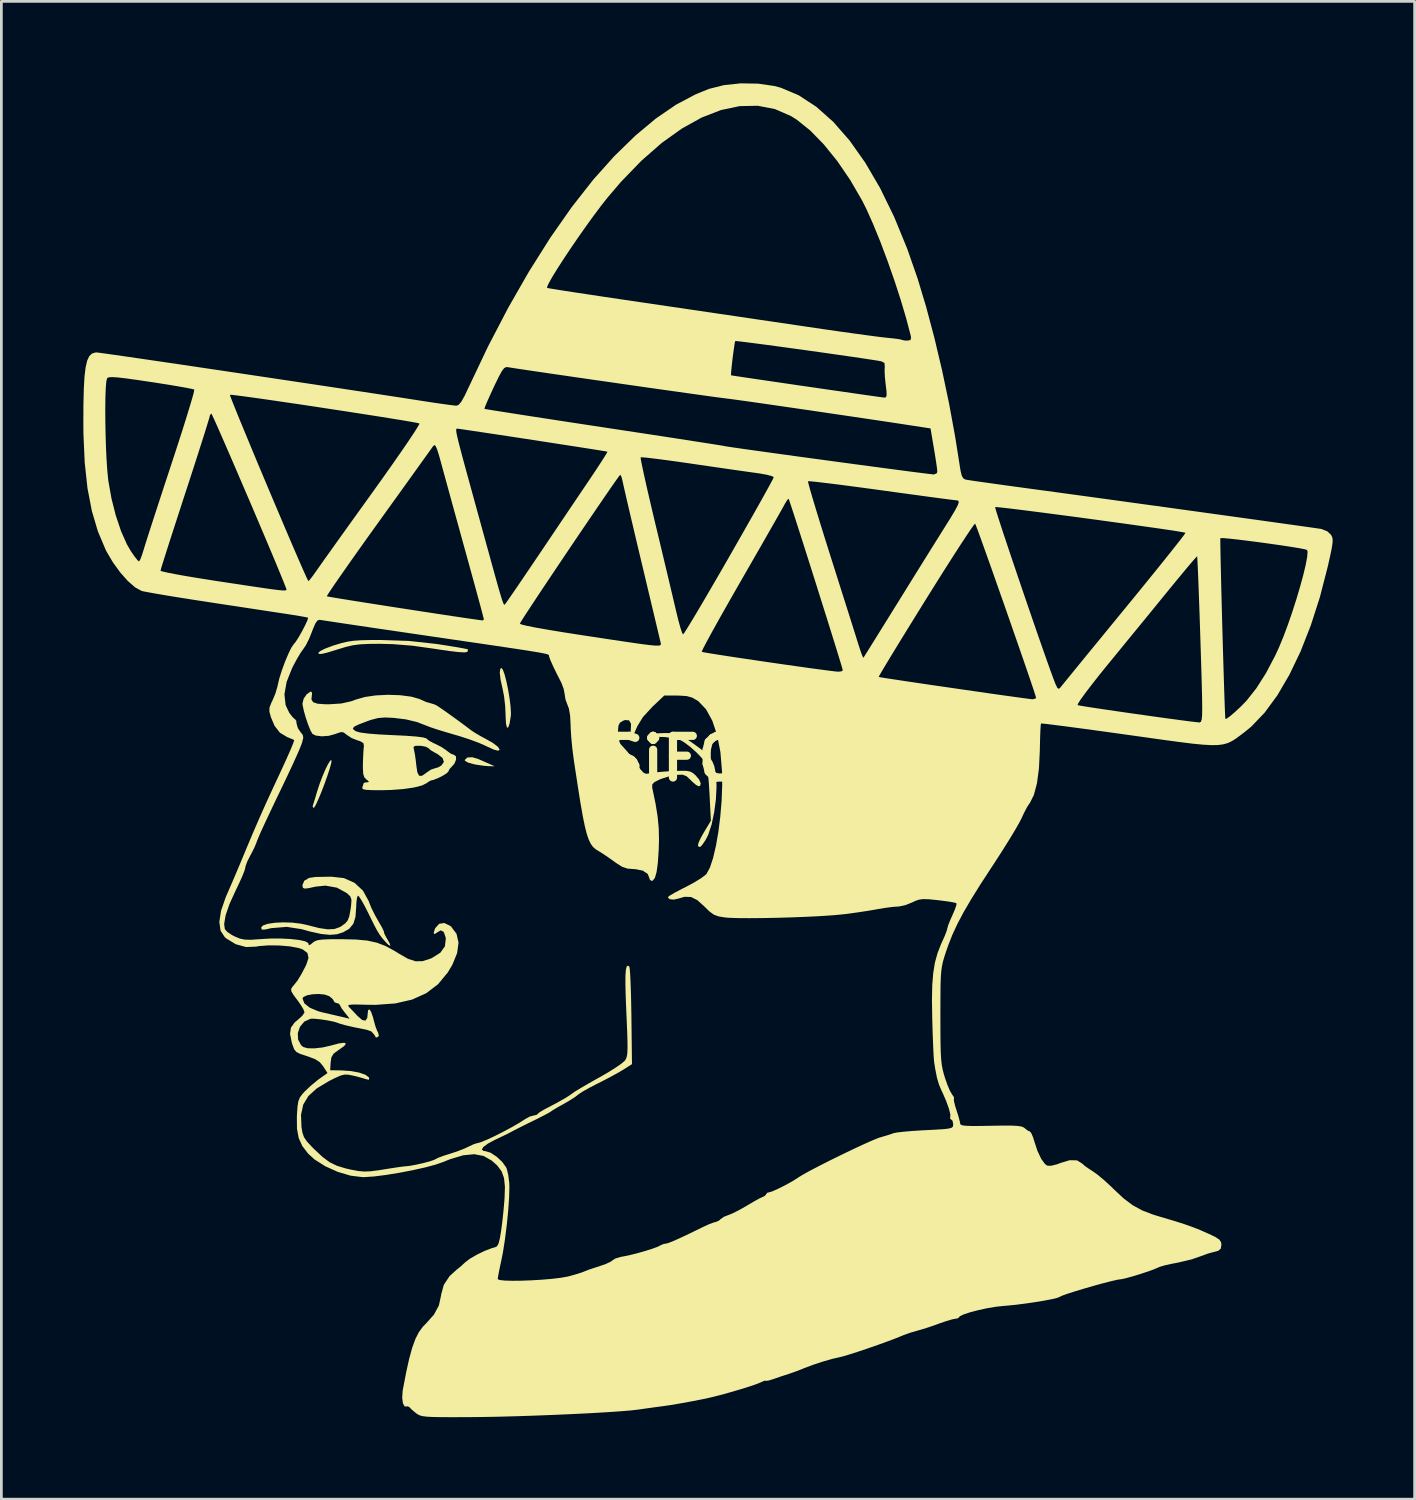
<source format=kicad_pcb>
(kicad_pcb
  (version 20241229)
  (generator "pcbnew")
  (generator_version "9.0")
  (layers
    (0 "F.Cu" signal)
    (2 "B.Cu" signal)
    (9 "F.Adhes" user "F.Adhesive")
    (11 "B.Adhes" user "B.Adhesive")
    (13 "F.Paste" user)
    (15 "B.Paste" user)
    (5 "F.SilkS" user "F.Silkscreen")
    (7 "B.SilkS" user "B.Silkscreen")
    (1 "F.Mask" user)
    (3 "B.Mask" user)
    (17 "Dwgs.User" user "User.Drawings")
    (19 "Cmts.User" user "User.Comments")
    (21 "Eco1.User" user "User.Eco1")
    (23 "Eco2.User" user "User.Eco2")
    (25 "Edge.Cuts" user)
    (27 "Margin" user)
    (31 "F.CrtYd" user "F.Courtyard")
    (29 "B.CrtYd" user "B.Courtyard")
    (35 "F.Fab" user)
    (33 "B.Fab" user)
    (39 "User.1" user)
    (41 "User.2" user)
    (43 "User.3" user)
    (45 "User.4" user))
  (footprint "SiFOCR"
    (layer "F.Cu")
    (at 23.1 24.712)
    (property "Reference" "SiFOCR" (at 0 0 0) (layer "F.SilkS") (effects (font (size 1.524 1.524) (thickness 0.3))))
    (attr board_only exclude_from_pos_files exclude_from_bom)
    (fp_poly (pts (xy -8.637 0.018) (xy -8.418 0.115) (xy -8.226 0.199) (xy -8.046 0.279) (xy -8.262 0.275) (xy -8.467 0.258) (xy -8.727 0.219) (xy -8.825 0.2) (xy -9.029 0.141) (xy -9.136 0.076) (xy -9.143 0.046) (xy -9.045 -0.044) (xy -8.86 -0.051)) (stroke (width 0) (type solid)) (fill yes) (layer "F.SilkS"))
    (fp_poly (pts (xy -14.017 0.06) (xy -14.028 0.16) (xy -14.082 0.357) (xy -14.167 0.618) (xy -14.272 0.913) (xy -14.385 1.209) (xy -14.495 1.475) (xy -14.589 1.68) (xy -14.655 1.792) (xy -14.672 1.804) (xy -14.71 1.752) (xy -14.702 1.714) (xy -14.664 1.598) (xy -14.602 1.395) (xy -14.552 1.222) (xy -14.46 0.938) (xy -14.353 0.654) (xy -14.244 0.397) (xy -14.143 0.194) (xy -14.064 0.071) (xy -14.019 0.056)) (stroke (width 0) (type solid)) (fill yes) (layer "F.SilkS"))
    (fp_poly (pts (xy -7.748 -3.253) (xy -7.684 -3.076) (xy -7.618 -2.82) (xy -7.555 -2.519) (xy -7.503 -2.204) (xy -7.467 -1.909) (xy -7.453 -1.666) (xy -7.458 -1.561) (xy -7.504 -1.279) (xy -7.554 -1.139) (xy -7.6 -1.141) (xy -7.634 -1.282) (xy -7.649 -1.563) (xy -7.649 -1.594) (xy -7.665 -1.936) (xy -7.706 -2.29) (xy -7.757 -2.55) (xy -7.833 -2.893) (xy -7.862 -3.146) (xy -7.842 -3.291) (xy -7.802 -3.319)) (stroke (width 0) (type solid)) (fill yes) (layer "F.SilkS"))
    (fp_poly (pts (xy -11.197 -4.309) (xy -10.184 -4.198) (xy -10.102 -4.186) (xy -9.731 -4.128) (xy -9.413 -4.076) (xy -9.175 -4.033) (xy -9.043 -4.004) (xy -9.025 -3.997) (xy -9.037 -3.929) (xy -9.061 -3.902) (xy -9.156 -3.889) (xy -9.373 -3.901) (xy -9.693 -3.938) (xy -10.097 -3.996) (xy -10.247 -4.02) (xy -11.052 -4.133) (xy -11.777 -4.191) (xy -12.267 -4.203) (xy -12.672 -4.199) (xy -12.979 -4.183) (xy -13.235 -4.15) (xy -13.488 -4.091) (xy -13.783 -4.002) (xy -13.837 -3.985) (xy -14.161 -3.885) (xy -14.368 -3.835) (xy -14.477 -3.832) (xy -14.504 -3.865) (xy -14.437 -3.935) (xy -14.252 -4.028) (xy -13.97 -4.133) (xy -13.909 -4.153) (xy -13.657 -4.229) (xy -13.434 -4.281) (xy -13.203 -4.315) (xy -12.929 -4.334) (xy -12.574 -4.342) (xy -12.231 -4.343)) (stroke (width 0) (type solid)) (fill yes) (layer "F.SilkS"))
    (fp_poly (pts (xy -1.568 -0.933) (xy -1.387 -0.907) (xy -1.222 -0.843) (xy -1.026 -0.724) (xy -0.826 -0.585) (xy -0.515 -0.36) (xy -0.303 -0.183) (xy -0.162 -0.029) (xy -0.069 0.129) (xy -0.01 0.281) (xy 0.054 0.607) (xy 0.071 1.023) (xy 0.047 1.49) (xy -0.016 1.965) (xy -0.11 2.409) (xy -0.232 2.78) (xy -0.332 2.977) (xy -0.455 3.158) (xy -0.529 3.233) (xy -0.579 3.222) (xy -0.609 3.183) (xy -0.594 3.093) (xy -0.517 2.92) (xy -0.395 2.7) (xy -0.392 2.696) (xy -0.137 2.273) (xy -0.186 1.299) (xy -0.209 0.929) (xy -0.236 0.604) (xy -0.266 0.355) (xy -0.295 0.212) (xy -0.3 0.199) (xy -0.433 0.014) (xy -0.643 -0.209) (xy -0.887 -0.428) (xy -1.12 -0.603) (xy -1.238 -0.671) (xy -1.506 -0.752) (xy -1.848 -0.792) (xy -1.945 -0.794) (xy -2.197 -0.804) (xy -2.331 -0.834) (xy -2.345 -0.866) (xy -2.255 -0.902) (xy -2.063 -0.928) (xy -1.814 -0.938)) (stroke (width 0) (type solid)) (fill yes) (layer "F.SilkS"))
    (fp_poly (pts (xy -13.567 4.37) (xy -13.177 4.543) (xy -12.869 4.829) (xy -12.656 5.216) (xy -12.636 5.276) (xy -12.552 5.48) (xy -12.421 5.74) (xy -12.306 5.943) (xy -12.188 6.148) (xy -12.113 6.295) (xy -12.098 6.35) (xy -12.087 6.404) (xy -12.016 6.539) (xy -11.978 6.603) (xy -11.882 6.778) (xy -11.871 6.849) (xy -11.941 6.809) (xy -12.033 6.716) (xy -12.155 6.577) (xy -12.253 6.447) (xy -12.349 6.293) (xy -12.46 6.083) (xy -12.607 5.785) (xy -12.661 5.675) (xy -12.803 5.394) (xy -12.926 5.175) (xy -13.016 5.04) (xy -13.055 5.011) (xy -13.088 5.098) (xy -13.11 5.281) (xy -13.116 5.428) (xy -13.142 5.791) (xy -13.222 6.046) (xy -13.371 6.225) (xy -13.59 6.352) (xy -13.82 6.426) (xy -14.08 6.447) (xy -14.398 6.415) (xy -14.802 6.326) (xy -15.115 6.239) (xy -15.657 6.155) (xy -16.233 6.203) (xy -16.434 6.25) (xy -16.564 6.257) (xy -16.597 6.187) (xy -16.53 6.105) (xy -16.351 6.044) (xy -16.09 6.005) (xy -15.778 5.99) (xy -15.444 6.001) (xy -15.12 6.041) (xy -14.896 6.091) (xy -14.476 6.198) (xy -14.158 6.245) (xy -13.914 6.234) (xy -13.716 6.164) (xy -13.64 6.118) (xy -13.508 6.019) (xy -13.424 5.916) (xy -13.369 5.769) (xy -13.326 5.539) (xy -13.302 5.369) (xy -13.288 5.166) (xy -13.334 5.037) (xy -13.459 4.919) (xy -13.824 4.72) (xy -14.241 4.646) (xy -14.6 4.682) (xy -14.853 4.738) (xy -14.997 4.755) (xy -15.063 4.729) (xy -15.081 4.657) (xy -15.081 4.621) (xy -15.016 4.468) (xy -14.841 4.364) (xy -14.596 4.328) (xy -14.404 4.326) (xy -14.146 4.321) (xy -14.025 4.319)) (stroke (width 0) (type solid)) (fill yes) (layer "F.SilkS"))
    (fp_poly (pts (xy -14.729 -2.396) (xy -14.739 -2.317) (xy -14.754 -2.164) (xy -14.69 -2.065) (xy -14.529 -2.011) (xy -14.252 -1.991) (xy -14.092 -1.991) (xy -13.66 -2.019) (xy -13.303 -2.099) (xy -13.133 -2.161) (xy -12.803 -2.256) (xy -12.395 -2.315) (xy -11.95 -2.337) (xy -11.509 -2.322) (xy -11.112 -2.271) (xy -10.801 -2.184) (xy -10.727 -2.149) (xy -10.548 -2.071) (xy -10.44 -2.042) (xy -10.258 -1.987) (xy -10.187 -1.955) (xy -10.078 -1.885) (xy -9.886 -1.753) (xy -9.644 -1.581) (xy -9.385 -1.394) (xy -9.142 -1.215) (xy -8.947 -1.068) (xy -8.912 -1.04) (xy -8.765 -0.943) (xy -8.549 -0.817) (xy -8.412 -0.744) (xy -8.114 -0.576) (xy -7.928 -0.433) (xy -7.865 -0.33) (xy -7.917 -0.29) (xy -8.077 -0.331) (xy -8.349 -0.454) (xy -8.396 -0.478) (xy -8.627 -0.579) (xy -8.948 -0.698) (xy -9.308 -0.816) (xy -9.525 -0.88) (xy -9.86 -0.978) (xy -10.165 -1.072) (xy -10.398 -1.15) (xy -10.499 -1.189) (xy -10.898 -1.342) (xy -11.295 -1.437) (xy -11.74 -1.492) (xy -12.063 -1.508) (xy -12.319 -1.486) (xy -12.584 -1.416) (xy -12.714 -1.37) (xy -13.007 -1.259) (xy -13.176 -1.178) (xy -13.237 -1.114) (xy -13.204 -1.053) (xy -13.123 -1.001) (xy -12.969 -0.957) (xy -12.681 -0.918) (xy -12.267 -0.886) (xy -11.773 -0.861) (xy -11.293 -0.838) (xy -10.921 -0.81) (xy -10.671 -0.778) (xy -10.551 -0.743) (xy -10.544 -0.736) (xy -10.45 -0.658) (xy -10.277 -0.565) (xy -10.219 -0.54) (xy -10 -0.429) (xy -9.816 -0.305) (xy -9.793 -0.285) (xy -9.651 -0.181) (xy -9.547 -0.144) (xy -9.468 -0.092) (xy -9.46 0.032) (xy -9.52 0.18) (xy -9.597 0.269) (xy -9.706 0.388) (xy -9.741 0.468) (xy -9.8 0.532) (xy -9.944 0.622) (xy -10.123 0.712) (xy -10.287 0.777) (xy -10.368 0.794) (xy -10.456 0.835) (xy -10.53 0.891) (xy -10.708 0.981) (xy -11.005 1.056) (xy -11.392 1.112) (xy -11.845 1.146) (xy -12.215 1.155) (xy -12.543 1.152) (xy -12.75 1.141) (xy -12.86 1.119) (xy -12.895 1.08) (xy -12.888 1.04) (xy -12.85 0.925) (xy -12.844 0.896) (xy -12.785 0.87) (xy -12.722 0.866) (xy -12.647 0.855) (xy -12.687 0.804) (xy -12.74 0.763) (xy -12.817 0.684) (xy -12.858 0.56) (xy -12.871 0.355) (xy -12.87 0.168) (xy -12.86 -0.104) (xy -12.847 -0.333) (xy -12.837 -0.428) (xy -11.019 -0.428) (xy -11.003 -0.331) (xy -10.97 -0.176) (xy -10.936 0.06) (xy -10.917 0.235) (xy -10.879 0.496) (xy -10.815 0.624) (xy -10.712 0.629) (xy -10.554 0.521) (xy -10.535 0.505) (xy -10.379 0.4) (xy -10.254 0.359) (xy -10.108 0.315) (xy -9.996 0.248) (xy -9.906 0.118) (xy -9.955 -0.024) (xy -10.136 -0.167) (xy -10.217 -0.21) (xy -10.379 -0.303) (xy -10.476 -0.387) (xy -10.477 -0.387) (xy -10.576 -0.44) (xy -10.755 -0.471) (xy -10.789 -0.472) (xy -10.959 -0.469) (xy -11.019 -0.428) (xy -12.837 -0.428) (xy -12.833 -0.463) (xy -12.852 -0.569) (xy -12.974 -0.641) (xy -13.061 -0.667) (xy -13.279 -0.753) (xy -13.459 -0.869) (xy -13.464 -0.873) (xy -13.572 -0.959) (xy -13.676 -0.973) (xy -13.835 -0.92) (xy -13.881 -0.901) (xy -14.121 -0.836) (xy -14.379 -0.818) (xy -14.6 -0.847) (xy -14.717 -0.908) (xy -14.787 -1.029) (xy -14.873 -1.242) (xy -14.961 -1.5) (xy -15.033 -1.756) (xy -15.076 -1.961) (xy -15.081 -2.025) (xy -15.036 -2.198) (xy -14.926 -2.357) (xy -14.796 -2.448) (xy -14.76 -2.453)) (stroke (width 0) (type solid)) (fill yes) (layer "F.SilkS"))
    (fp_poly (pts (xy 1.592 -24.701) (xy 2.185 -24.615) (xy 2.42 -24.553) (xy 3.078 -24.275) (xy 3.718 -23.857) (xy 4.34 -23.305) (xy 4.938 -22.621) (xy 5.511 -21.811) (xy 6.056 -20.879) (xy 6.568 -19.829) (xy 7.046 -18.665) (xy 7.429 -17.567) (xy 7.738 -16.542) (xy 8.039 -15.412) (xy 8.323 -14.214) (xy 8.581 -12.988) (xy 8.804 -11.773) (xy 8.951 -10.841) (xy 8.998 -10.543) (xy 9.043 -10.359) (xy 9.097 -10.26) (xy 9.171 -10.216) (xy 9.191 -10.211) (xy 9.299 -10.193) (xy 9.531 -10.158) (xy 9.869 -10.11) (xy 10.292 -10.051) (xy 10.781 -9.983) (xy 11.318 -9.91) (xy 11.509 -9.884) (xy 12.057 -9.81) (xy 12.682 -9.725) (xy 13.37 -9.631) (xy 14.109 -9.53) (xy 14.885 -9.423) (xy 15.684 -9.313) (xy 16.494 -9.202) (xy 17.3 -9.09) (xy 18.089 -8.981) (xy 18.847 -8.876) (xy 19.562 -8.777) (xy 20.22 -8.685) (xy 20.807 -8.603) (xy 21.31 -8.533) (xy 21.715 -8.476) (xy 22.009 -8.434) (xy 22.179 -8.409) (xy 22.208 -8.404) (xy 22.422 -8.318) (xy 22.554 -8.194) (xy 22.596 -8.116) (xy 22.616 -8.024) (xy 22.612 -7.892) (xy 22.582 -7.694) (xy 22.522 -7.406) (xy 22.436 -7.025) (xy 22.15 -5.915) (xy 21.817 -4.879) (xy 21.443 -3.926) (xy 21.032 -3.069) (xy 20.592 -2.317) (xy 20.127 -1.683) (xy 19.642 -1.176) (xy 19.415 -0.989) (xy 19.232 -0.85) (xy 19.075 -0.734) (xy 18.929 -0.642) (xy 18.781 -0.572) (xy 18.615 -0.525) (xy 18.418 -0.499) (xy 18.174 -0.495) (xy 17.87 -0.512) (xy 17.492 -0.549) (xy 17.024 -0.607) (xy 16.453 -0.684) (xy 15.764 -0.781) (xy 15.156 -0.866) (xy 14.496 -0.958) (xy 13.88 -1.043) (xy 13.324 -1.118) (xy 12.843 -1.182) (xy 12.449 -1.232) (xy 12.159 -1.268) (xy 11.986 -1.286) (xy 11.943 -1.287) (xy 11.932 -1.209) (xy 11.92 -1.014) (xy 11.91 -0.729) (xy 11.902 -0.382) (xy 11.9 -0.287) (xy 11.868 0.364) (xy 11.795 0.906) (xy 11.683 1.329) (xy 11.535 1.623) (xy 11.506 1.66) (xy 11.428 1.782) (xy 11.321 1.988) (xy 11.233 2.178) (xy 11.139 2.36) (xy 10.979 2.638) (xy 10.768 2.986) (xy 10.52 3.381) (xy 10.251 3.799) (xy 10.154 3.946) (xy 9.733 4.591) (xy 9.389 5.143) (xy 9.109 5.622) (xy 8.883 6.05) (xy 8.699 6.448) (xy 8.546 6.837) (xy 8.465 7.072) (xy 8.401 7.269) (xy 8.352 7.44) (xy 8.317 7.609) (xy 8.292 7.799) (xy 8.276 8.033) (xy 8.267 8.334) (xy 8.264 8.726) (xy 8.262 9.232) (xy 8.262 9.417) (xy 8.263 9.971) (xy 8.267 10.405) (xy 8.275 10.739) (xy 8.29 10.997) (xy 8.313 11.203) (xy 8.345 11.377) (xy 8.388 11.544) (xy 8.425 11.667) (xy 8.518 11.934) (xy 8.612 12.154) (xy 8.687 12.284) (xy 8.692 12.29) (xy 8.76 12.391) (xy 8.757 12.434) (xy 8.756 12.519) (xy 8.798 12.695) (xy 8.849 12.858) (xy 8.923 13.089) (xy 8.972 13.276) (xy 8.984 13.349) (xy 9.003 13.391) (xy 9.071 13.419) (xy 9.208 13.435) (xy 9.434 13.442) (xy 9.769 13.44) (xy 10.111 13.434) (xy 10.55 13.427) (xy 10.868 13.428) (xy 11.086 13.439) (xy 11.227 13.461) (xy 11.314 13.496) (xy 11.349 13.524) (xy 11.468 13.616) (xy 11.531 13.638) (xy 11.587 13.701) (xy 11.656 13.863) (xy 11.692 13.981) (xy 11.812 14.349) (xy 11.95 14.642) (xy 12.09 14.835) (xy 12.184 14.897) (xy 12.326 14.895) (xy 12.537 14.841) (xy 12.66 14.794) (xy 12.991 14.694) (xy 13.258 14.699) (xy 13.443 14.81) (xy 13.447 14.814) (xy 13.558 14.911) (xy 13.739 15.036) (xy 13.818 15.085) (xy 14.001 15.214) (xy 14.241 15.413) (xy 14.497 15.647) (xy 14.595 15.743) (xy 14.959 16.085) (xy 15.29 16.336) (xy 15.637 16.527) (xy 16.049 16.685) (xy 16.336 16.773) (xy 16.807 16.912) (xy 17.177 17.029) (xy 17.487 17.138) (xy 17.776 17.253) (xy 18.075 17.385) (xy 18.325 17.505) (xy 18.468 17.599) (xy 18.532 17.69) (xy 18.545 17.785) (xy 18.523 17.927) (xy 18.431 18.009) (xy 18.234 18.062) (xy 18.22 18.064) (xy 18.05 18.111) (xy 17.859 18.182) (xy 17.46 18.321) (xy 16.958 18.441) (xy 16.75 18.48) (xy 16.503 18.533) (xy 16.299 18.592) (xy 16.223 18.624) (xy 16.074 18.688) (xy 15.84 18.772) (xy 15.562 18.863) (xy 15.282 18.948) (xy 15.043 19.014) (xy 14.885 19.048) (xy 14.861 19.05) (xy 14.732 19.069) (xy 14.504 19.122) (xy 14.207 19.198) (xy 13.871 19.291) (xy 13.524 19.391) (xy 13.197 19.49) (xy 12.919 19.578) (xy 12.72 19.649) (xy 12.629 19.693) (xy 12.628 19.694) (xy 12.539 19.731) (xy 12.337 19.78) (xy 12.051 19.834) (xy 11.711 19.89) (xy 11.347 19.943) (xy 10.988 19.988) (xy 10.664 20.019) (xy 10.571 20.026) (xy 10.287 20.057) (xy 9.968 20.111) (xy 9.646 20.181) (xy 9.353 20.257) (xy 9.119 20.334) (xy 8.977 20.402) (xy 8.948 20.438) (xy 8.888 20.485) (xy 8.821 20.493) (xy 8.694 20.517) (xy 8.477 20.581) (xy 8.216 20.671) (xy 8.19 20.681) (xy 7.894 20.786) (xy 7.608 20.878) (xy 7.399 20.937) (xy 7.149 21.009) (xy 6.917 21.093) (xy 6.894 21.103) (xy 6.66 21.199) (xy 6.343 21.319) (xy 5.978 21.451) (xy 5.595 21.584) (xy 5.229 21.707) (xy 4.91 21.809) (xy 4.671 21.879) (xy 4.57 21.903) (xy 4.308 21.963) (xy 3.969 22.06) (xy 3.612 22.178) (xy 3.292 22.297) (xy 3.211 22.331) (xy 2.994 22.416) (xy 2.743 22.504) (xy 2.706 22.516) (xy 2.439 22.603) (xy 2.172 22.695) (xy 2.147 22.704) (xy 1.978 22.756) (xy 1.883 22.769) (xy 1.876 22.763) (xy 1.823 22.763) (xy 1.722 22.808) (xy 1.562 22.875) (xy 1.296 22.967) (xy 0.959 23.073) (xy 0.585 23.183) (xy 0.208 23.287) (xy -0.137 23.373) (xy -0.18 23.384) (xy -0.485 23.449) (xy -0.864 23.522) (xy -1.265 23.595) (xy -1.635 23.657) (xy -1.924 23.699) (xy -1.955 23.703) (xy -2.197 23.735) (xy -2.508 23.778) (xy -2.778 23.817) (xy -3.053 23.849) (xy -3.451 23.882) (xy -3.951 23.916) (xy -4.532 23.95) (xy -5.173 23.982) (xy -5.852 24.012) (xy -6.55 24.039) (xy -7.244 24.062) (xy -7.913 24.08) (xy -8.537 24.091) (xy -9.064 24.096) (xy -9.598 24.097) (xy -10.006 24.096) (xy -10.31 24.09) (xy -10.528 24.079) (xy -10.68 24.06) (xy -10.785 24.033) (xy -10.864 23.994) (xy -10.936 23.944) (xy -10.94 23.94) (xy -11.084 23.819) (xy -11.168 23.732) (xy -11.173 23.723) (xy -11.242 23.698) (xy -11.259 23.706) (xy -11.347 23.701) (xy -11.407 23.583) (xy -11.432 23.383) (xy -11.415 23.13) (xy -11.406 23.075) (xy -11.285 22.447) (xy -11.173 21.944) (xy -11.063 21.546) (xy -10.949 21.234) (xy -10.824 20.989) (xy -10.681 20.793) (xy -10.566 20.674) (xy -10.27 20.344) (xy -10.091 20.012) (xy -10.008 19.636) (xy -10.005 19.601) (xy -9.91 19.256) (xy -9.696 18.932) (xy -9.44 18.701) (xy -9.29 18.581) (xy -9.13 18.432) (xy -8.954 18.298) (xy -8.696 18.149) (xy -8.41 18.01) (xy -8.15 17.911) (xy -8.046 17.884) (xy -7.966 17.847) (xy -7.908 17.749) (xy -7.86 17.561) (xy -7.818 17.317) (xy -7.773 16.984) (xy -7.729 16.581) (xy -7.694 16.183) (xy -7.687 16.091) (xy -7.673 15.666) (xy -7.706 15.347) (xy -7.797 15.097) (xy -7.958 14.884) (xy -8.155 14.709) (xy -8.451 14.539) (xy -8.794 14.474) (xy -9.198 14.513) (xy -9.679 14.657) (xy -9.922 14.755) (xy -10.206 14.854) (xy -10.597 14.959) (xy -11.055 15.061) (xy -11.544 15.155) (xy -12.025 15.233) (xy -12.46 15.288) (xy -12.812 15.312) (xy -12.88 15.313) (xy -13.318 15.26) (xy -13.789 15.121) (xy -14.245 14.916) (xy -14.64 14.666) (xy -14.874 14.453) (xy -15.088 14.174) (xy -15.22 13.882) (xy -15.283 13.538) (xy -15.287 13.103) (xy -15.284 13.034) (xy -15.264 12.736) (xy -15.233 12.538) (xy -15.176 12.396) (xy -15.08 12.267) (xy -15.005 12.185) (xy -14.781 11.972) (xy -14.529 11.764) (xy -14.461 11.714) (xy -14.166 11.505) (xy -14.319 11.264) (xy -14.446 11.108) (xy -14.62 10.995) (xy -14.888 10.894) (xy -14.919 10.885) (xy -15.161 10.806) (xy -15.304 10.733) (xy -15.387 10.631) (xy -15.449 10.464) (xy -15.473 10.386) (xy -15.536 10.075) (xy -15.504 9.843) (xy -15.364 9.649) (xy -15.233 9.541) (xy -15.088 9.41) (xy -15.012 9.295) (xy -15.009 9.276) (xy -15.05 9.167) (xy -15.157 8.99) (xy -15.262 8.844) (xy -15.311 8.779) (xy -15.081 8.779) (xy -15.012 8.954) (xy -14.816 9.112) (xy -14.511 9.241) (xy -14.347 9.285) (xy -13.898 9.389) (xy -13.582 9.462) (xy -13.403 9.506) (xy -13.361 9.517) (xy -13.387 9.474) (xy -13.48 9.356) (xy -13.523 9.303) (xy -13.642 9.147) (xy -13.706 9.032) (xy -13.71 9.014) (xy -13.769 8.955) (xy -13.818 8.948) (xy -13.915 8.91) (xy -13.927 8.877) (xy -13.981 8.791) (xy -14.103 8.691) (xy -14.265 8.633) (xy -14.485 8.611) (xy -14.719 8.622) (xy -14.923 8.662) (xy -15.055 8.727) (xy -15.081 8.779) (xy -15.311 8.779) (xy -15.415 8.639) (xy -15.49 8.51) (xy -15.495 8.421) (xy -15.438 8.335) (xy -15.394 8.285) (xy -15.265 8.121) (xy -15.128 7.898) (xy -14.962 7.581) (xy -14.945 7.547) (xy -14.861 7.295) (xy -14.9 7.111) (xy -15.07 6.982) (xy -15.23 6.926) (xy -15.547 6.868) (xy -15.934 6.836) (xy -16.328 6.832) (xy -16.669 6.858) (xy -16.78 6.878) (xy -17.146 6.893) (xy -17.523 6.79) (xy -17.866 6.581) (xy -17.925 6.531) (xy -18.079 6.296) (xy -18.113 6.054) (xy -17.948 6.054) (xy -17.922 6.24) (xy -17.833 6.339) (xy -17.66 6.455) (xy -17.559 6.507) (xy -17.375 6.583) (xy -17.198 6.621) (xy -16.98 6.628) (xy -16.671 6.607) (xy -16.657 6.606) (xy -16.263 6.583) (xy -15.872 6.582) (xy -15.512 6.6) (xy -15.208 6.634) (xy -14.987 6.682) (xy -14.874 6.743) (xy -14.865 6.767) (xy -14.847 6.829) (xy -14.774 6.793) (xy -14.713 6.74) (xy -14.632 6.682) (xy -14.524 6.643) (xy -14.361 6.62) (xy -14.117 6.608) (xy -13.762 6.605) (xy -13.648 6.606) (xy -13.127 6.618) (xy -12.711 6.657) (xy -12.362 6.733) (xy -12.042 6.855) (xy -11.713 7.033) (xy -11.55 7.135) (xy -11.22 7.324) (xy -10.946 7.414) (xy -10.687 7.41) (xy -10.399 7.318) (xy -10.342 7.293) (xy -10.037 7.101) (xy -9.869 6.866) (xy -9.837 6.585) (xy -9.845 6.531) (xy -9.914 6.338) (xy -10.021 6.282) (xy -10.159 6.363) (xy -10.252 6.424) (xy -10.28 6.372) (xy -10.235 6.228) (xy -10.223 6.203) (xy -10.082 6.044) (xy -9.894 6.014) (xy -9.68 6.115) (xy -9.641 6.148) (xy -9.444 6.409) (xy -9.371 6.734) (xy -9.422 7.113) (xy -9.595 7.539) (xy -9.764 7.823) (xy -10.119 8.253) (xy -10.551 8.582) (xy -11.07 8.816) (xy -11.685 8.957) (xy -12.405 9.009) (xy -12.71 9.006) (xy -13.049 8.998) (xy -13.265 8.998) (xy -13.378 9.011) (xy -13.409 9.039) (xy -13.381 9.085) (xy -13.362 9.105) (xy -13.227 9.244) (xy -13.071 9.411) (xy -13.071 9.411) (xy -12.897 9.563) (xy -12.774 9.586) (xy -12.709 9.481) (xy -12.7 9.381) (xy -12.682 9.211) (xy -12.636 9.172) (xy -12.573 9.257) (xy -12.503 9.456) (xy -12.481 9.543) (xy -12.418 9.775) (xy -12.352 9.954) (xy -12.318 10.015) (xy -12.286 10.133) (xy -12.321 10.185) (xy -12.395 10.205) (xy -12.444 10.115) (xy -12.556 9.984) (xy -12.721 9.923) (xy -13.196 9.827) (xy -13.533 9.75) (xy -13.738 9.69) (xy -13.785 9.67) (xy -13.929 9.626) (xy -14.157 9.579) (xy -14.414 9.54) (xy -14.643 9.517) (xy -14.787 9.518) (xy -15.014 9.621) (xy -15.172 9.809) (xy -15.252 10.041) (xy -15.242 10.279) (xy -15.133 10.484) (xy -15.052 10.552) (xy -14.893 10.597) (xy -14.642 10.601) (xy -14.345 10.568) (xy -14.047 10.5) (xy -14.042 10.498) (xy -13.736 10.418) (xy -13.552 10.396) (xy -13.491 10.431) (xy -13.559 10.519) (xy -13.758 10.66) (xy -13.766 10.665) (xy -13.943 10.795) (xy -14.025 10.933) (xy -14.051 11.116) (xy -14.068 11.401) (xy -13.654 11.407) (xy -13.313 11.431) (xy -13.011 11.487) (xy -12.779 11.567) (xy -12.652 11.662) (xy -12.642 11.684) (xy -12.649 11.751) (xy -12.744 11.732) (xy -12.895 11.685) (xy -13.118 11.625) (xy -13.225 11.6) (xy -13.401 11.564) (xy -13.543 11.561) (xy -13.692 11.598) (xy -13.893 11.687) (xy -14.115 11.8) (xy -14.557 12.065) (xy -14.866 12.346) (xy -15.055 12.662) (xy -15.135 13.034) (xy -15.118 13.477) (xy -15.083 13.688) (xy -15.026 13.85) (xy -14.92 14.007) (xy -14.742 14.2) (xy -14.647 14.294) (xy -14.349 14.573) (xy -14.091 14.765) (xy -13.825 14.896) (xy -13.503 14.994) (xy -13.293 15.042) (xy -13.034 15.09) (xy -12.815 15.109) (xy -12.583 15.099) (xy -12.285 15.06) (xy -12.117 15.033) (xy -11.81 14.984) (xy -11.55 14.945) (xy -11.375 14.922) (xy -11.329 14.919) (xy -11.159 14.901) (xy -10.92 14.857) (xy -10.66 14.799) (xy -10.426 14.737) (xy -10.264 14.682) (xy -10.225 14.661) (xy -10.113 14.604) (xy -9.909 14.528) (xy -9.705 14.465) (xy -9.424 14.373) (xy -9.158 14.27) (xy -9.021 14.205) (xy -8.839 14.119) (xy -8.706 14.073) (xy -8.687 14.071) (xy -8.559 14.037) (xy -8.337 13.946) (xy -8.053 13.814) (xy -7.74 13.656) (xy -7.426 13.488) (xy -7.146 13.327) (xy -6.929 13.187) (xy -6.761 13.095) (xy -6.629 13.061) (xy -6.51 13.033) (xy -6.482 13.007) (xy -6.408 12.942) (xy -6.253 12.848) (xy -6.206 12.823) (xy -5.765 12.591) (xy -5.449 12.412) (xy -5.251 12.283) (xy -5.212 12.252) (xy -5.104 12.178) (xy -4.897 12.052) (xy -4.619 11.89) (xy -4.3 11.71) (xy -4.25 11.683) (xy -3.926 11.497) (xy -3.639 11.318) (xy -3.419 11.167) (xy -3.294 11.061) (xy -3.286 11.052) (xy -3.244 10.987) (xy -3.214 10.906) (xy -3.195 10.79) (xy -3.187 10.618) (xy -3.188 10.371) (xy -3.198 10.029) (xy -3.217 9.574) (xy -3.23 9.283) (xy -3.253 8.706) (xy -3.264 8.261) (xy -3.263 7.937) (xy -3.247 7.722) (xy -3.217 7.605) (xy -3.172 7.574) (xy -3.122 7.605) (xy -3.106 7.69) (xy -3.09 7.899) (xy -3.075 8.211) (xy -3.061 8.606) (xy -3.051 9.064) (xy -3.045 9.419) (xy -3.024 11.178) (xy -3.334 11.376) (xy -3.542 11.499) (xy -3.83 11.656) (xy -4.147 11.821) (xy -4.266 11.88) (xy -4.549 12.026) (xy -4.791 12.16) (xy -4.956 12.264) (xy -5 12.298) (xy -5.12 12.39) (xy -5.322 12.518) (xy -5.532 12.639) (xy -5.752 12.762) (xy -5.917 12.86) (xy -5.989 12.91) (xy -6.066 12.958) (xy -6.243 13.053) (xy -6.49 13.179) (xy -6.675 13.27) (xy -6.963 13.411) (xy -7.209 13.535) (xy -7.38 13.623) (xy -7.432 13.651) (xy -7.549 13.713) (xy -7.754 13.813) (xy -8.005 13.933) (xy -8.028 13.943) (xy -8.293 14.084) (xy -8.46 14.207) (xy -8.519 14.301) (xy -8.461 14.354) (xy -8.388 14.362) (xy -8.198 14.42) (xy -7.978 14.564) (xy -7.773 14.755) (xy -7.629 14.956) (xy -7.606 15.009) (xy -7.552 15.234) (xy -7.516 15.516) (xy -7.51 15.65) (xy -7.519 16.041) (xy -7.552 16.526) (xy -7.605 17.055) (xy -7.671 17.583) (xy -7.745 18.059) (xy -7.8 18.337) (xy -7.862 18.626) (xy -7.909 18.865) (xy -7.935 19.016) (xy -7.938 19.043) (xy -7.87 19.077) (xy -7.686 19.098) (xy -7.412 19.106) (xy -7.075 19.103) (xy -6.702 19.089) (xy -6.319 19.066) (xy -5.953 19.035) (xy -5.632 18.997) (xy -5.382 18.952) (xy -5.344 18.943) (xy -5.089 18.873) (xy -4.879 18.807) (xy -4.773 18.767) (xy -4.643 18.714) (xy -4.426 18.64) (xy -4.221 18.575) (xy -3.985 18.492) (xy -3.807 18.41) (xy -3.734 18.356) (xy -3.634 18.292) (xy -3.448 18.235) (xy -3.373 18.221) (xy -3.14 18.175) (xy -2.854 18.104) (xy -2.557 18.021) (xy -2.287 17.936) (xy -2.083 17.861) (xy -1.988 17.812) (xy -1.858 17.756) (xy -1.809 17.751) (xy -1.716 17.731) (xy -1.547 17.667) (xy -1.291 17.554) (xy -0.933 17.385) (xy -0.462 17.156) (xy -0.408 17.129) (xy -0.195 17.032) (xy -0.027 16.97) (xy 0.034 16.957) (xy 0.156 16.907) (xy 0.211 16.856) (xy 0.342 16.763) (xy 0.49 16.706) (xy 0.642 16.646) (xy 0.873 16.531) (xy 1.138 16.382) (xy 1.211 16.338) (xy 1.459 16.193) (xy 1.661 16.082) (xy 1.787 16.024) (xy 1.807 16.019) (xy 1.874 15.964) (xy 1.876 15.947) (xy 1.934 15.881) (xy 1.971 15.875) (xy 2.092 15.841) (xy 2.296 15.752) (xy 2.544 15.629) (xy 2.798 15.491) (xy 3.016 15.358) (xy 3.076 15.317) (xy 3.241 15.216) (xy 3.508 15.069) (xy 3.85 14.891) (xy 4.241 14.693) (xy 4.653 14.491) (xy 5.06 14.295) (xy 5.435 14.12) (xy 5.751 13.979) (xy 5.981 13.885) (xy 6.061 13.858) (xy 6.296 13.789) (xy 6.495 13.724) (xy 6.544 13.706) (xy 6.672 13.68) (xy 6.913 13.652) (xy 7.235 13.624) (xy 7.608 13.6) (xy 7.717 13.595) (xy 8.117 13.574) (xy 8.395 13.556) (xy 8.573 13.534) (xy 8.674 13.505) (xy 8.719 13.464) (xy 8.731 13.406) (xy 8.731 13.375) (xy 8.704 13.244) (xy 8.655 13.205) (xy 8.611 13.161) (xy 8.622 13.134) (xy 8.626 13.019) (xy 8.574 12.808) (xy 8.476 12.534) (xy 8.344 12.229) (xy 8.309 12.158) (xy 8.212 11.931) (xy 8.137 11.678) (xy 8.073 11.355) (xy 8.033 11.102) (xy 8.02 10.954) (xy 8.005 10.689) (xy 7.99 10.336) (xy 7.975 9.921) (xy 7.963 9.489) (xy 7.953 8.831) (xy 7.964 8.291) (xy 8 7.843) (xy 8.062 7.461) (xy 8.156 7.12) (xy 8.283 6.793) (xy 8.329 6.692) (xy 8.429 6.468) (xy 8.496 6.29) (xy 8.515 6.212) (xy 8.544 6.104) (xy 8.62 5.912) (xy 8.703 5.728) (xy 8.795 5.512) (xy 8.848 5.353) (xy 8.85 5.29) (xy 8.764 5.264) (xy 8.57 5.23) (xy 8.303 5.194) (xy 8.17 5.178) (xy 7.855 5.146) (xy 7.639 5.138) (xy 7.481 5.158) (xy 7.337 5.208) (xy 7.232 5.259) (xy 6.992 5.355) (xy 6.757 5.408) (xy 6.696 5.412) (xy 6.507 5.426) (xy 6.234 5.462) (xy 5.933 5.512) (xy 5.915 5.516) (xy 5.587 5.572) (xy 5.186 5.632) (xy 4.782 5.686) (xy 4.652 5.701) (xy 4.309 5.732) (xy 3.874 5.761) (xy 3.373 5.786) (xy 2.836 5.807) (xy 2.287 5.823) (xy 1.755 5.833) (xy 1.267 5.837) (xy 0.85 5.834) (xy 0.532 5.823) (xy 0.384 5.811) (xy 0.144 5.772) (xy -0.031 5.707) (xy -0.194 5.587) (xy -0.379 5.405) (xy -0.635 5.175) (xy -0.863 5.062) (xy -1.1 5.055) (xy -1.33 5.121) (xy -1.495 5.157) (xy -1.636 5.144) (xy -1.704 5.092) (xy -1.696 5.051) (xy -1.62 4.997) (xy -1.444 4.896) (xy -1.199 4.767) (xy -1.046 4.69) (xy -0.76 4.537) (xy -0.511 4.385) (xy -0.339 4.258) (xy -0.295 4.214) (xy -0.172 3.986) (xy -0.057 3.639) (xy 0.047 3.196) (xy 0.137 2.684) (xy 0.207 2.125) (xy 0.256 1.545) (xy 0.278 0.968) (xy 0.272 0.469) (xy 0.212 -0.242) (xy 0.091 -0.867) (xy -0.086 -1.393) (xy -0.314 -1.807) (xy -0.458 -1.959) (xy 13.283 -1.959) (xy 13.384 -1.938) (xy 13.605 -1.902) (xy 13.924 -1.853) (xy 14.319 -1.794) (xy 14.77 -1.728) (xy 15.254 -1.658) (xy 15.749 -1.588) (xy 16.234 -1.52) (xy 16.687 -1.458) (xy 17.086 -1.404) (xy 17.41 -1.362) (xy 17.638 -1.335) (xy 17.746 -1.325) (xy 17.75 -1.325) (xy 17.795 -1.351) (xy 17.824 -1.433) (xy 17.839 -1.592) (xy 17.843 -1.851) (xy 17.838 -2.232) (xy 17.838 -2.238) (xy 17.828 -2.63) (xy 17.816 -3.093) (xy 17.8 -3.605) (xy 17.783 -4.15) (xy 17.765 -4.707) (xy 17.747 -5.259) (xy 17.728 -5.786) (xy 17.71 -6.27) (xy 17.694 -6.691) (xy 17.679 -7.032) (xy 17.667 -7.272) (xy 17.659 -7.395) (xy 17.657 -7.406) (xy 17.608 -7.358) (xy 17.482 -7.214) (xy 17.292 -6.99) (xy 17.051 -6.7) (xy 16.773 -6.363) (xy 16.656 -6.22) (xy 16.32 -5.808) (xy 15.921 -5.318) (xy 15.486 -4.787) (xy 15.044 -4.247) (xy 14.624 -3.733) (xy 14.434 -3.502) (xy 14.092 -3.08) (xy 13.799 -2.707) (xy 13.562 -2.396) (xy 13.391 -2.16) (xy 13.296 -2.009) (xy 13.283 -1.959) (xy -0.458 -1.959) (xy -0.59 -2.097) (xy -0.63 -2.126) (xy -0.819 -2.234) (xy -1.018 -2.29) (xy -1.286 -2.308) (xy -1.372 -2.309) (xy -1.844 -2.309) (xy -2.281 -1.894) (xy -2.623 -1.523) (xy -2.829 -1.185) (xy -2.849 -1.137) (xy -2.946 -0.919) (xy -3.025 -0.812) (xy -3.074 -0.82) (xy -3.08 -0.95) (xy -3.069 -1.028) (xy -3.058 -1.272) (xy -3.129 -1.402) (xy -3.276 -1.414) (xy -3.35 -1.387) (xy -3.464 -1.316) (xy -3.519 -1.208) (xy -3.535 -1.015) (xy -3.536 -0.952) (xy -3.519 -0.709) (xy -3.452 -0.545) (xy -3.347 -0.427) (xy -3.209 -0.276) (xy -3.032 -0.054) (xy -2.871 0.169) (xy -2.714 0.39) (xy -2.605 0.51) (xy -2.512 0.554) (xy -2.408 0.543) (xy -2.392 0.538) (xy -2.234 0.511) (xy -1.978 0.484) (xy -1.67 0.461) (xy -1.549 0.455) (xy -1.236 0.443) (xy -1.029 0.446) (xy -0.894 0.472) (xy -0.792 0.527) (xy -0.701 0.605) (xy -0.567 0.763) (xy -0.507 0.905) (xy -0.531 0.995) (xy -0.584 1.01) (xy -0.679 0.961) (xy -0.821 0.839) (xy -0.875 0.785) (xy -1.028 0.641) (xy -1.171 0.586) (xy -1.376 0.592) (xy -1.397 0.594) (xy -1.672 0.649) (xy -1.958 0.74) (xy -2.015 0.764) (xy -2.201 0.857) (xy -2.281 0.941) (xy -2.285 1.052) (xy -2.279 1.081) (xy -2.162 1.643) (xy -2.086 2.114) (xy -2.045 2.541) (xy -2.035 2.968) (xy -2.046 3.335) (xy -2.077 3.808) (xy -2.123 4.146) (xy -2.185 4.361) (xy -2.266 4.463) (xy -2.312 4.474) (xy -2.377 4.417) (xy -2.381 4.389) (xy -2.447 4.219) (xy -2.627 4.098) (xy -2.896 4.043) (xy -2.962 4.041) (xy -3.189 4.023) (xy -3.385 3.956) (xy -3.608 3.815) (xy -3.669 3.77) (xy -3.903 3.603) (xy -4.127 3.454) (xy -4.249 3.379) (xy -4.358 3.311) (xy -4.452 3.226) (xy -4.534 3.113) (xy -4.609 2.957) (xy -4.68 2.746) (xy -4.751 2.464) (xy -4.825 2.1) (xy -4.906 1.64) (xy -4.997 1.069) (xy -5.103 0.375) (xy -5.157 0.015) (xy -5.206 -0.369) (xy -5.245 -0.77) (xy -5.267 -1.122) (xy -5.27 -1.248) (xy -5.288 -1.58) (xy -5.334 -1.839) (xy -5.376 -1.948) (xy -5.456 -2.161) (xy -5.485 -2.345) (xy -5.524 -2.556) (xy -5.612 -2.787) (xy -5.626 -2.814) (xy -5.717 -2.991) (xy 6.005 -2.991) (xy 6.078 -2.976) (xy 6.276 -2.944) (xy 6.578 -2.898) (xy 6.968 -2.839) (xy 7.426 -2.771) (xy 7.933 -2.696) (xy 8.471 -2.618) (xy 9.021 -2.538) (xy 9.564 -2.46) (xy 10.082 -2.385) (xy 10.556 -2.318) (xy 10.967 -2.261) (xy 11.297 -2.216) (xy 11.527 -2.185) (xy 11.636 -2.173) (xy 11.742 -2.198) (xy 11.762 -2.234) (xy 11.739 -2.316) (xy 11.673 -2.518) (xy 11.571 -2.822) (xy 11.438 -3.212) (xy 11.28 -3.672) (xy 11.102 -4.184) (xy 10.911 -4.733) (xy 10.713 -5.302) (xy 10.512 -5.875) (xy 10.315 -6.434) (xy 10.129 -6.963) (xy 9.957 -7.446) (xy 9.807 -7.866) (xy 9.684 -8.206) (xy 9.594 -8.451) (xy 9.542 -8.582) (xy 9.533 -8.601) (xy 9.487 -8.552) (xy 9.373 -8.392) (xy 9.199 -8.132) (xy 8.972 -7.786) (xy 8.7 -7.364) (xy 8.391 -6.879) (xy 8.053 -6.342) (xy 7.735 -5.833) (xy 7.378 -5.258) (xy 7.046 -4.721) (xy 6.747 -4.235) (xy 6.489 -3.812) (xy 6.278 -3.464) (xy 6.122 -3.203) (xy 6.029 -3.041) (xy 6.005 -2.991) (xy -5.717 -2.991) (xy -5.776 -3.106) (xy -5.908 -3.378) (xy -6.007 -3.6) (xy -6.058 -3.739) (xy -6.061 -3.76) (xy -6.062 -3.778) (xy -6.07 -3.794) (xy -6.096 -3.81) (xy -6.152 -3.829) (xy -6.247 -3.851) (xy -6.392 -3.879) (xy -6.574 -3.91) (xy -0.471 -3.91) (xy -0.394 -3.892) (xy -0.194 -3.857) (xy 0.108 -3.809) (xy 0.494 -3.749) (xy 0.943 -3.681) (xy 1.435 -3.608) (xy 1.951 -3.532) (xy 2.47 -3.457) (xy 2.972 -3.386) (xy 3.437 -3.32) (xy 3.847 -3.265) (xy 4.179 -3.221) (xy 4.415 -3.192) (xy 4.528 -3.182) (xy 4.655 -3.199) (xy 4.69 -3.235) (xy 4.669 -3.315) (xy 4.61 -3.515) (xy 4.517 -3.818) (xy 4.397 -4.208) (xy 4.254 -4.667) (xy 4.094 -5.179) (xy 3.921 -5.727) (xy 3.743 -6.294) (xy 3.563 -6.863) (xy 3.387 -7.418) (xy 3.22 -7.942) (xy 3.068 -8.417) (xy 2.936 -8.828) (xy 2.829 -9.156) (xy 2.753 -9.386) (xy 2.713 -9.501) (xy 2.708 -9.511) (xy 2.662 -9.472) (xy 2.58 -9.342) (xy 2.556 -9.297) (xy 2.494 -9.183) (xy 2.367 -8.959) (xy 2.186 -8.639) (xy 1.957 -8.239) (xy 1.69 -7.772) (xy 1.393 -7.255) (xy 1.075 -6.702) (xy 0.961 -6.503) (xy 0.644 -5.951) (xy 0.352 -5.437) (xy 0.093 -4.977) (xy -0.126 -4.582) (xy -0.297 -4.266) (xy -0.414 -4.042) (xy -0.468 -3.925) (xy -0.471 -3.91) (xy -6.574 -3.91) (xy -6.598 -3.914) (xy -6.875 -3.959) (xy -7.235 -4.014) (xy -7.688 -4.082) (xy -8.243 -4.164) (xy -8.913 -4.262) (xy -9.707 -4.378) (xy -10.355 -4.473) (xy -11.097 -4.582) (xy -11.799 -4.685) (xy -12.447 -4.78) (xy -13.027 -4.866) (xy -13.522 -4.94) (xy -7.128 -4.94) (xy -7.064 -4.909) (xy -6.866 -4.86) (xy -6.544 -4.796) (xy -6.106 -4.719) (xy -5.563 -4.629) (xy -4.922 -4.529) (xy -4.711 -4.497) (xy -4.008 -4.39) (xy -3.435 -4.304) (xy -2.978 -4.237) (xy -2.626 -4.187) (xy -2.364 -4.155) (xy -2.181 -4.138) (xy -2.062 -4.136) (xy -1.995 -4.148) (xy -1.968 -4.172) (xy -1.966 -4.208) (xy -1.977 -4.254) (xy -1.982 -4.275) (xy -2.007 -4.38) (xy -2.061 -4.609) (xy -2.141 -4.945) (xy -2.243 -5.374) (xy -2.363 -5.877) (xy -2.497 -6.44) (xy -2.641 -7.046) (xy -2.673 -7.18) (xy -2.82 -7.796) (xy -2.957 -8.376) (xy -3.081 -8.903) (xy -3.188 -9.36) (xy -3.273 -9.73) (xy -3.334 -9.997) (xy -3.366 -10.143) (xy -3.368 -10.156) (xy -3.409 -10.315) (xy -3.451 -10.387) (xy -3.455 -10.388) (xy -3.503 -10.329) (xy -3.62 -10.166) (xy -3.798 -9.911) (xy -4.026 -9.579) (xy -4.295 -9.186) (xy -4.595 -8.746) (xy -4.916 -8.273) (xy -5.248 -7.782) (xy -5.581 -7.287) (xy -5.905 -6.804) (xy -6.212 -6.346) (xy -6.49 -5.928) (xy -6.729 -5.565) (xy -6.922 -5.272) (xy -7.056 -5.062) (xy -7.123 -4.952) (xy -7.128 -4.94) (xy -13.522 -4.94) (xy -13.526 -4.94) (xy -13.93 -5.001) (xy -14.227 -5.046) (xy -14.403 -5.073) (xy -14.446 -5.081) (xy -14.527 -5.062) (xy -14.608 -4.952) (xy -14.704 -4.729) (xy -14.735 -4.644) (xy -14.842 -4.38) (xy -14.957 -4.151) (xy -15.045 -4.02) (xy -15.145 -3.881) (xy -15.281 -3.654) (xy -15.426 -3.383) (xy -15.46 -3.316) (xy -15.662 -2.809) (xy -15.742 -2.354) (xy -15.698 -1.959) (xy -15.568 -1.683) (xy -15.453 -1.532) (xy -15.367 -1.449) (xy -15.352 -1.444) (xy -15.309 -1.382) (xy -15.298 -1.285) (xy -15.25 -1.116) (xy -15.156 -0.977) (xy -15.072 -0.871) (xy -15.052 -0.766) (xy -15.092 -0.603) (xy -15.119 -0.524) (xy -15.186 -0.356) (xy -15.302 -0.089) (xy -15.456 0.25) (xy -15.634 0.629) (xy -15.754 0.882) (xy -16.047 1.491) (xy -16.281 1.983) (xy -16.463 2.371) (xy -16.599 2.667) (xy -16.693 2.883) (xy -16.753 3.031) (xy -16.772 3.088) (xy -16.84 3.25) (xy -16.949 3.467) (xy -16.998 3.557) (xy -17.102 3.763) (xy -17.165 3.936) (xy -17.173 3.988) (xy -17.204 4.103) (xy -17.288 4.313) (xy -17.412 4.586) (xy -17.524 4.818) (xy -17.753 5.32) (xy -17.895 5.735) (xy -17.948 6.054) (xy -18.113 6.054) (xy -18.124 5.975) (xy -18.061 5.566) (xy -17.889 5.066) (xy -17.829 4.928) (xy -17.698 4.628) (xy -17.531 4.238) (xy -17.347 3.802) (xy -17.164 3.362) (xy -17.101 3.211) (xy -16.897 2.726) (xy -16.659 2.177) (xy -16.414 1.627) (xy -16.19 1.14) (xy -16.163 1.082) (xy -15.881 0.477) (xy -15.662 -0.000262) (xy -15.507 -0.351) (xy -15.415 -0.577) (xy -15.385 -0.678) (xy -15.387 -0.684) (xy -15.46 -0.716) (xy -15.614 -0.779) (xy -15.643 -0.791) (xy -15.908 -0.951) (xy -16.105 -1.205) (xy -16.235 -1.514) (xy -16.292 -1.717) (xy -16.289 -1.868) (xy -16.221 -2.044) (xy -16.184 -2.118) (xy -16.075 -2.377) (xy -15.995 -2.646) (xy -15.983 -2.706) (xy -15.927 -2.943) (xy -15.835 -3.234) (xy -15.722 -3.542) (xy -15.602 -3.828) (xy -15.492 -4.055) (xy -15.405 -4.186) (xy -15.397 -4.192) (xy -15.321 -4.288) (xy -15.212 -4.46) (xy -15.093 -4.671) (xy -14.984 -4.882) (xy -14.904 -5.054) (xy -14.875 -5.151) (xy -14.878 -5.159) (xy -14.954 -5.177) (xy -15.143 -5.212) (xy -15.413 -5.256) (xy -15.659 -5.295) (xy -15.929 -5.336) (xy -16.315 -5.394) (xy -16.792 -5.467) (xy -17.332 -5.549) (xy -17.908 -5.636) (xy -18.496 -5.726) (xy -18.581 -5.739) (xy -19.134 -5.824) (xy -19.65 -5.906) (xy -19.865 -5.941) (xy -14.191 -5.941) (xy -14.118 -5.926) (xy -13.92 -5.892) (xy -13.617 -5.842) (xy -13.226 -5.779) (xy -12.765 -5.706) (xy -12.254 -5.626) (xy -11.711 -5.541) (xy -11.153 -5.455) (xy -10.6 -5.37) (xy -10.069 -5.289) (xy -9.579 -5.215) (xy -9.149 -5.151) (xy -8.797 -5.1) (xy -8.541 -5.064) (xy -8.497 -5.058) (xy -8.443 -5.085) (xy -8.443 -5.086) (xy -8.454 -5.14) (xy -8.488 -5.276) (xy -8.548 -5.503) (xy -8.636 -5.829) (xy -8.754 -6.261) (xy -8.904 -6.807) (xy -9.088 -7.475) (xy -9.309 -8.273) (xy -9.345 -8.407) (xy -9.489 -8.927) (xy -9.631 -9.441) (xy -9.762 -9.92) (xy -9.875 -10.333) (xy -9.963 -10.653) (xy -9.997 -10.779) (xy -10.091 -11.119) (xy -10.161 -11.336) (xy -10.214 -11.449) (xy -10.26 -11.474) (xy -10.305 -11.431) (xy -10.356 -11.358) (xy -10.483 -11.181) (xy -10.677 -10.911) (xy -10.929 -10.559) (xy -11.231 -10.138) (xy -11.575 -9.66) (xy -11.951 -9.137) (xy -12.29 -8.665) (xy -12.684 -8.116) (xy -13.05 -7.602) (xy -13.379 -7.137) (xy -13.663 -6.731) (xy -13.895 -6.397) (xy -14.065 -6.146) (xy -14.166 -5.99) (xy -14.191 -5.941) (xy -19.865 -5.941) (xy -20.109 -5.981) (xy -20.491 -6.046) (xy -20.776 -6.098) (xy -20.946 -6.132) (xy -20.972 -6.14) (xy -21.205 -6.268) (xy -21.473 -6.502) (xy -21.752 -6.816) (xy -21.795 -6.877) (xy -20.277 -6.877) (xy -20.208 -6.85) (xy -20.014 -6.806) (xy -19.712 -6.747) (xy -19.318 -6.677) (xy -18.851 -6.6) (xy -18.328 -6.517) (xy -18.094 -6.481) (xy -17.435 -6.382) (xy -16.906 -6.302) (xy -16.491 -6.241) (xy -16.179 -6.197) (xy -15.955 -6.169) (xy -15.805 -6.156) (xy -15.716 -6.156) (xy -15.673 -6.169) (xy -15.665 -6.192) (xy -15.676 -6.225) (xy -15.69 -6.26) (xy -15.767 -6.457) (xy -15.888 -6.753) (xy -16.045 -7.134) (xy -16.233 -7.583) (xy -16.444 -8.084) (xy -16.673 -8.623) (xy -16.911 -9.184) (xy -17.154 -9.75) (xy -17.393 -10.307) (xy -17.622 -10.839) (xy -17.835 -11.33) (xy -18.024 -11.764) (xy -18.184 -12.127) (xy -18.307 -12.402) (xy -18.387 -12.574) (xy -18.417 -12.628) (xy -18.47 -12.571) (xy -18.473 -12.543) (xy -18.494 -12.459) (xy -18.557 -12.252) (xy -18.654 -11.938) (xy -18.783 -11.532) (xy -18.937 -11.049) (xy -19.113 -10.505) (xy -19.305 -9.913) (xy -19.375 -9.701) (xy -19.571 -9.098) (xy -19.753 -8.537) (xy -19.916 -8.034) (xy -20.054 -7.602) (xy -20.163 -7.258) (xy -20.238 -7.016) (xy -20.274 -6.89) (xy -20.277 -6.877) (xy -21.795 -6.877) (xy -22.018 -7.184) (xy -22.251 -7.579) (xy -22.286 -7.649) (xy -22.569 -8.32) (xy -22.789 -9.065) (xy -22.949 -9.898) (xy -23.05 -10.832) (xy -23.097 -11.882) (xy -23.1 -12.272) (xy -23.098 -12.82) (xy -22.298 -12.82) (xy -22.296 -12.367) (xy -22.287 -11.89) (xy -22.273 -11.414) (xy -22.252 -10.962) (xy -22.225 -10.56) (xy -22.193 -10.23) (xy -22.184 -10.159) (xy -22.07 -9.518) (xy -21.912 -8.895) (xy -21.721 -8.327) (xy -21.508 -7.847) (xy -21.368 -7.605) (xy -21.23 -7.405) (xy -21.12 -7.265) (xy -21.065 -7.216) (xy -21.021 -7.279) (xy -20.957 -7.444) (xy -20.898 -7.631) (xy -20.849 -7.792) (xy -20.761 -8.072) (xy -20.638 -8.454) (xy -20.487 -8.919) (xy -20.314 -9.451) (xy -20.124 -10.031) (xy -19.923 -10.641) (xy -19.887 -10.752) (xy -19.692 -11.347) (xy -19.513 -11.9) (xy -19.357 -12.395) (xy -19.227 -12.817) (xy -19.127 -13.151) (xy -19.081 -13.316) (xy -17.737 -13.316) (xy -17.716 -13.246) (xy -17.644 -13.059) (xy -17.528 -12.769) (xy -17.375 -12.393) (xy -17.19 -11.945) (xy -16.981 -11.44) (xy -16.754 -10.894) (xy -16.514 -10.322) (xy -16.269 -9.739) (xy -16.024 -9.161) (xy -15.787 -8.602) (xy -15.564 -8.078) (xy -15.36 -7.604) (xy -15.183 -7.195) (xy -15.039 -6.867) (xy -14.934 -6.634) (xy -14.875 -6.512) (xy -14.865 -6.497) (xy -14.809 -6.553) (xy -14.698 -6.697) (xy -14.571 -6.876) (xy -14.473 -7.015) (xy -14.302 -7.258) (xy -14.067 -7.587) (xy -13.779 -7.991) (xy -13.448 -8.453) (xy -13.085 -8.959) (xy -12.7 -9.494) (xy -12.528 -9.733) (xy -12.151 -10.261) (xy -11.803 -10.753) (xy -11.494 -11.196) (xy -11.231 -11.579) (xy -11.024 -11.889) (xy -10.949 -12.006) (xy -9.457 -12.006) (xy -9.445 -11.914) (xy -9.415 -11.769) (xy -9.364 -11.56) (xy -9.29 -11.274) (xy -9.19 -10.9) (xy -9.061 -10.426) (xy -8.9 -9.841) (xy -8.706 -9.133) (xy -8.615 -8.803) (xy -8.408 -8.05) (xy -8.235 -7.424) (xy -8.095 -6.914) (xy -7.982 -6.509) (xy -7.894 -6.197) (xy -7.826 -5.967) (xy -7.776 -5.807) (xy -7.74 -5.706) (xy -7.714 -5.652) (xy -7.695 -5.634) (xy -7.68 -5.64) (xy -7.664 -5.659) (xy -7.655 -5.67) (xy -7.6 -5.745) (xy -7.476 -5.924) (xy -7.292 -6.192) (xy -7.059 -6.533) (xy -6.789 -6.932) (xy -6.491 -7.373) (xy -6.402 -7.505) (xy -6.058 -8.015) (xy -5.703 -8.543) (xy -5.355 -9.059) (xy -5.033 -9.537) (xy -4.755 -9.948) (xy -4.556 -10.243) (xy -4.338 -10.57) (xy -4.153 -10.852) (xy -4.041 -11.027) (xy -2.707 -11.027) (xy -2.7 -10.951) (xy -2.661 -10.751) (xy -2.596 -10.444) (xy -2.508 -10.046) (xy -2.399 -9.573) (xy -2.275 -9.043) (xy -2.174 -8.616) (xy -2.027 -8.006) (xy -1.883 -7.4) (xy -1.745 -6.823) (xy -1.621 -6.3) (xy -1.516 -5.856) (xy -1.436 -5.515) (xy -1.408 -5.394) (xy -1.328 -5.067) (xy -1.254 -4.798) (xy -1.194 -4.616) (xy -1.155 -4.546) (xy -1.154 -4.546) (xy -1.108 -4.607) (xy -0.997 -4.78) (xy -0.83 -5.054) (xy -0.613 -5.416) (xy -0.355 -5.854) (xy -0.063 -6.355) (xy 0.257 -6.906) (xy 0.534 -7.388) (xy 0.869 -7.974) (xy 1.181 -8.522) (xy 1.463 -9.019) (xy 1.707 -9.453) (xy 1.906 -9.811) (xy 2.053 -10.08) (xy 2.091 -10.152) (xy 3.417 -10.152) (xy 3.431 -10.078) (xy 3.484 -9.881) (xy 3.572 -9.576) (xy 3.691 -9.178) (xy 3.837 -8.702) (xy 4.004 -8.162) (xy 4.189 -7.573) (xy 4.26 -7.349) (xy 4.458 -6.725) (xy 4.647 -6.127) (xy 4.823 -5.573) (xy 4.979 -5.08) (xy 5.109 -4.667) (xy 5.208 -4.352) (xy 5.271 -4.152) (xy 5.28 -4.124) (xy 5.354 -3.897) (xy 5.413 -3.742) (xy 5.444 -3.691) (xy 5.444 -3.691) (xy 5.486 -3.756) (xy 5.595 -3.929) (xy 5.761 -4.196) (xy 5.975 -4.54) (xy 6.229 -4.948) (xy 6.512 -5.404) (xy 6.674 -5.664) (xy 7.001 -6.191) (xy 7.331 -6.723) (xy 7.649 -7.234) (xy 7.94 -7.701) (xy 8.19 -8.1) (xy 8.381 -8.406) (xy 8.415 -8.459) (xy 8.646 -8.83) (xy 8.805 -9.097) (xy 8.862 -9.207) (xy 10.265 -9.207) (xy 10.281 -9.135) (xy 10.34 -8.943) (xy 10.435 -8.647) (xy 10.56 -8.263) (xy 10.712 -7.809) (xy 10.883 -7.298) (xy 11.069 -6.749) (xy 11.263 -6.177) (xy 11.461 -5.599) (xy 11.656 -5.03) (xy 11.844 -4.487) (xy 12.019 -3.986) (xy 12.175 -3.544) (xy 12.307 -3.176) (xy 12.409 -2.898) (xy 12.468 -2.744) (xy 12.542 -2.589) (xy 12.598 -2.554) (xy 12.653 -2.605) (xy 12.714 -2.681) (xy 12.858 -2.858) (xy 13.075 -3.123) (xy 13.355 -3.467) (xy 13.691 -3.878) (xy 14.073 -4.344) (xy 14.491 -4.855) (xy 14.937 -5.399) (xy 14.999 -5.474) (xy 15.444 -6.018) (xy 15.859 -6.528) (xy 16.235 -6.992) (xy 16.563 -7.401) (xy 16.835 -7.743) (xy 17.033 -7.995) (xy 18.505 -7.995) (xy 18.507 -7.794) (xy 18.512 -7.484) (xy 18.521 -7.082) (xy 18.532 -6.605) (xy 18.545 -6.071) (xy 18.56 -5.498) (xy 18.576 -4.901) (xy 18.593 -4.3) (xy 18.61 -3.71) (xy 18.627 -3.151) (xy 18.643 -2.638) (xy 18.658 -2.19) (xy 18.671 -1.824) (xy 18.683 -1.557) (xy 18.688 -1.456) (xy 18.736 -1.464) (xy 18.86 -1.552) (xy 19.034 -1.7) (xy 19.231 -1.883) (xy 19.427 -2.082) (xy 19.467 -2.125) (xy 19.822 -2.573) (xy 20.178 -3.133) (xy 20.515 -3.774) (xy 20.65 -4.067) (xy 20.811 -4.455) (xy 20.975 -4.893) (xy 21.136 -5.359) (xy 21.288 -5.833) (xy 21.424 -6.292) (xy 21.54 -6.716) (xy 21.628 -7.084) (xy 21.683 -7.375) (xy 21.699 -7.568) (xy 21.68 -7.637) (xy 21.593 -7.663) (xy 21.389 -7.703) (xy 21.095 -7.751) (xy 20.736 -7.806) (xy 20.336 -7.863) (xy 19.922 -7.92) (xy 19.518 -7.972) (xy 19.15 -8.017) (xy 18.843 -8.051) (xy 18.623 -8.07) (xy 18.514 -8.071) (xy 18.507 -8.068) (xy 18.505 -7.995) (xy 17.033 -7.995) (xy 17.043 -8.008) (xy 17.178 -8.185) (xy 17.23 -8.263) (xy 17.231 -8.266) (xy 17.152 -8.284) (xy 16.948 -8.319) (xy 16.635 -8.367) (xy 16.231 -8.427) (xy 15.75 -8.495) (xy 15.212 -8.571) (xy 14.632 -8.651) (xy 14.028 -8.734) (xy 13.416 -8.817) (xy 12.813 -8.897) (xy 12.236 -8.973) (xy 11.702 -9.042) (xy 11.228 -9.102) (xy 10.83 -9.151) (xy 10.526 -9.186) (xy 10.332 -9.205) (xy 10.265 -9.207) (xy 8.862 -9.207) (xy 8.899 -9.277) (xy 8.934 -9.385) (xy 8.919 -9.438) (xy 8.86 -9.453) (xy 8.858 -9.453) (xy 8.768 -9.462) (xy 8.551 -9.489) (xy 8.225 -9.532) (xy 7.805 -9.588) (xy 7.307 -9.656) (xy 6.749 -9.732) (xy 6.146 -9.815) (xy 6.11 -9.82) (xy 5.508 -9.902) (xy 4.952 -9.976) (xy 4.458 -10.04) (xy 4.041 -10.091) (xy 3.718 -10.129) (xy 3.505 -10.15) (xy 3.418 -10.153) (xy 3.417 -10.152) (xy 2.091 -10.152) (xy 2.142 -10.248) (xy 2.165 -10.3) (xy 2.098 -10.339) (xy 1.921 -10.387) (xy 1.665 -10.434) (xy 1.533 -10.453) (xy 1.28 -10.488) (xy 0.913 -10.54) (xy 0.462 -10.604) (xy -0.044 -10.678) (xy -0.576 -10.755) (xy -0.885 -10.8) (xy -1.375 -10.871) (xy -1.817 -10.931) (xy -2.19 -10.979) (xy -2.476 -11.013) (xy -2.655 -11.028) (xy -2.707 -11.027) (xy -4.041 -11.027) (xy -4.014 -11.07) (xy -3.935 -11.202) (xy -3.921 -11.233) (xy -3.993 -11.247) (xy -4.188 -11.279) (xy -4.488 -11.327) (xy -4.875 -11.388) (xy -5.329 -11.458) (xy -5.832 -11.536) (xy -6.365 -11.618) (xy -6.909 -11.702) (xy -7.446 -11.784) (xy -7.956 -11.861) (xy -8.421 -11.931) (xy -8.822 -11.991) (xy -9.14 -12.038) (xy -9.357 -12.069) (xy -9.381 -12.072) (xy -9.413 -12.077) (xy -9.438 -12.076) (xy -9.454 -12.056) (xy -9.457 -12.006) (xy -10.949 -12.006) (xy -10.88 -12.114) (xy -10.807 -12.241) (xy -10.801 -12.265) (xy -10.882 -12.286) (xy -11.087 -12.324) (xy -11.401 -12.378) (xy -11.807 -12.444) (xy -12.287 -12.521) (xy -12.824 -12.605) (xy -13.403 -12.695) (xy -14.006 -12.787) (xy -14.098 -12.801) (xy -8.424 -12.801) (xy -8.351 -12.787) (xy -8.147 -12.753) (xy -7.825 -12.702) (xy -7.398 -12.635) (xy -6.878 -12.554) (xy -6.276 -12.461) (xy -5.606 -12.358) (xy -4.879 -12.247) (xy -4.109 -12.13) (xy -4.075 -12.125) (xy -3.3 -12.007) (xy -2.566 -11.896) (xy -1.885 -11.792) (xy -1.271 -11.697) (xy -0.736 -11.614) (xy -0.293 -11.545) (xy 0.046 -11.492) (xy 0.268 -11.456) (xy 0.36 -11.439) (xy 0.361 -11.439) (xy 0.456 -11.422) (xy 0.678 -11.389) (xy 1.01 -11.341) (xy 1.436 -11.281) (xy 1.939 -11.211) (xy 2.503 -11.133) (xy 3.111 -11.049) (xy 3.748 -10.963) (xy 4.395 -10.875) (xy 5.038 -10.788) (xy 5.659 -10.705) (xy 6.243 -10.627) (xy 6.772 -10.557) (xy 7.23 -10.497) (xy 7.601 -10.45) (xy 7.868 -10.417) (xy 8.016 -10.4) (xy 8.028 -10.399) (xy 8.134 -10.447) (xy 8.149 -10.517) (xy 8.136 -10.64) (xy 8.103 -10.867) (xy 8.057 -11.162) (xy 8.023 -11.364) (xy 7.901 -12.085) (xy 7.108 -12.206) (xy 6.6 -12.284) (xy 6.027 -12.37) (xy 5.408 -12.462) (xy 4.76 -12.558) (xy 4.099 -12.655) (xy 3.444 -12.752) (xy 2.811 -12.844) (xy 2.218 -12.93) (xy 1.683 -13.007) (xy 1.222 -13.073) (xy 0.854 -13.124) (xy 0.595 -13.159) (xy 0.469 -13.175) (xy 0.325 -13.193) (xy 0.059 -13.228) (xy -0.313 -13.279) (xy -0.774 -13.344) (xy -1.31 -13.419) (xy -1.902 -13.502) (xy -2.535 -13.592) (xy -3.193 -13.686) (xy -3.859 -13.782) (xy -4.517 -13.876) (xy -5.152 -13.968) (xy -5.576 -14.03) (xy 0.6 -14.03) (xy 0.601 -14.028) (xy 0.674 -14.016) (xy 0.871 -13.986) (xy 1.174 -13.941) (xy 1.563 -13.883) (xy 2.02 -13.816) (xy 2.526 -13.742) (xy 3.063 -13.663) (xy 3.611 -13.584) (xy 4.153 -13.505) (xy 4.669 -13.431) (xy 5.14 -13.363) (xy 5.549 -13.304) (xy 5.875 -13.258) (xy 6.101 -13.227) (xy 6.207 -13.213) (xy 6.211 -13.212) (xy 6.27 -13.226) (xy 6.295 -13.296) (xy 6.289 -13.451) (xy 6.26 -13.691) (xy 6.231 -13.965) (xy 6.22 -14.203) (xy 6.227 -14.341) (xy 6.216 -14.48) (xy 6.106 -14.539) (xy 5.963 -14.565) (xy 5.707 -14.605) (xy 5.356 -14.658) (xy 4.931 -14.72) (xy 4.45 -14.789) (xy 3.932 -14.863) (xy 3.397 -14.938) (xy 2.863 -15.012) (xy 2.35 -15.082) (xy 1.877 -15.146) (xy 1.463 -15.2) (xy 1.127 -15.243) (xy 0.888 -15.272) (xy 0.767 -15.283) (xy 0.755 -15.283) (xy 0.736 -15.207) (xy 0.709 -15.03) (xy 0.676 -14.792) (xy 0.644 -14.533) (xy 0.618 -14.293) (xy 0.602 -14.112) (xy 0.6 -14.03) (xy -5.576 -14.03) (xy -5.746 -14.054) (xy -6.283 -14.133) (xy -6.747 -14.201) (xy -7.122 -14.257) (xy -7.392 -14.298) (xy -7.54 -14.322) (xy -7.559 -14.326) (xy -7.634 -14.329) (xy -7.704 -14.288) (xy -7.785 -14.183) (xy -7.89 -13.992) (xy -8.035 -13.695) (xy -8.083 -13.593) (xy -8.222 -13.291) (xy -8.333 -13.041) (xy -8.404 -12.869) (xy -8.424 -12.801) (xy -14.098 -12.801) (xy -14.616 -12.88) (xy -15.216 -12.97) (xy -15.79 -13.054) (xy -16.321 -13.132) (xy -16.792 -13.199) (xy -17.185 -13.253) (xy -17.485 -13.292) (xy -17.675 -13.314) (xy -17.737 -13.316) (xy -19.081 -13.316) (xy -19.063 -13.382) (xy -19.039 -13.496) (xy -19.04 -13.505) (xy -19.122 -13.529) (xy -19.325 -13.57) (xy -19.629 -13.624) (xy -20.011 -13.688) (xy -20.45 -13.757) (xy -20.628 -13.784) (xy -21.148 -13.861) (xy -21.543 -13.916) (xy -21.83 -13.949) (xy -22.026 -13.962) (xy -22.148 -13.958) (xy -22.214 -13.936) (xy -22.232 -13.918) (xy -22.26 -13.799) (xy -22.28 -13.561) (xy -22.293 -13.226) (xy -22.298 -12.82) (xy -23.098 -12.82) (xy -23.097 -12.969) (xy -23.083 -13.534) (xy -23.058 -13.98) (xy -23.017 -14.32) (xy -22.96 -14.565) (xy -22.883 -14.729) (xy -22.784 -14.824) (xy -22.661 -14.862) (xy -22.614 -14.865) (xy -22.521 -14.854) (xy -22.299 -14.824) (xy -21.959 -14.776) (xy -21.513 -14.712) (xy -20.976 -14.634) (xy -20.358 -14.543) (xy -19.673 -14.442) (xy -18.933 -14.333) (xy -18.151 -14.217) (xy -17.339 -14.096) (xy -16.509 -13.972) (xy -15.676 -13.847) (xy -14.85 -13.723) (xy -14.044 -13.602) (xy -13.272 -13.485) (xy -12.545 -13.375) (xy -11.876 -13.273) (xy -11.278 -13.181) (xy -10.763 -13.101) (xy -10.727 -13.095) (xy -10.328 -13.034) (xy -9.972 -12.982) (xy -9.686 -12.943) (xy -9.498 -12.92) (xy -9.445 -12.916) (xy -9.362 -12.951) (xy -9.266 -13.067) (xy -9.145 -13.284) (xy -9.003 -13.584) (xy -8.296 -15.074) (xy -7.557 -16.492) (xy -7.137 -17.226) (xy -6.13 -17.226) (xy -6.054 -17.211) (xy -5.849 -17.177) (xy -5.529 -17.126) (xy -5.107 -17.061) (xy -4.597 -16.984) (xy -4.013 -16.896) (xy -3.367 -16.8) (xy -2.675 -16.698) (xy -2.526 -16.676) (xy -1.716 -16.557) (xy -0.861 -16.431) (xy 0.012 -16.302) (xy 0.873 -16.176) (xy 1.694 -16.054) (xy 2.446 -15.943) (xy 3.101 -15.847) (xy 3.428 -15.798) (xy 4.023 -15.711) (xy 4.595 -15.629) (xy 5.123 -15.555) (xy 5.584 -15.492) (xy 5.958 -15.443) (xy 6.223 -15.411) (xy 6.314 -15.401) (xy 6.568 -15.375) (xy 6.759 -15.349) (xy 6.848 -15.328) (xy 6.849 -15.327) (xy 6.936 -15.304) (xy 7.049 -15.298) (xy 7.166 -15.316) (xy 7.19 -15.401) (xy 7.172 -15.496) (xy 7.011 -16.11) (xy 6.809 -16.791) (xy 6.576 -17.507) (xy 6.323 -18.227) (xy 6.062 -18.922) (xy 5.802 -19.559) (xy 5.557 -20.107) (xy 5.4 -20.421) (xy 4.961 -21.177) (xy 4.489 -21.868) (xy 3.997 -22.476) (xy 3.502 -22.984) (xy 3.015 -23.376) (xy 2.798 -23.513) (xy 2.206 -23.771) (xy 1.578 -23.892) (xy 0.919 -23.879) (xy 0.233 -23.735) (xy -0.475 -23.46) (xy -1.199 -23.058) (xy -1.936 -22.531) (xy -2.679 -21.88) (xy -3.425 -21.109) (xy -3.911 -20.54) (xy -4.152 -20.235) (xy -4.419 -19.879) (xy -4.702 -19.488) (xy -4.988 -19.081) (xy -5.266 -18.675) (xy -5.525 -18.286) (xy -5.752 -17.934) (xy -5.937 -17.634) (xy -6.066 -17.404) (xy -6.13 -17.263) (xy -6.13 -17.226) (xy -7.137 -17.226) (xy -6.794 -17.824) (xy -6.015 -19.059) (xy -5.227 -20.185) (xy -4.438 -21.191) (xy -3.68 -22.038) (xy -2.901 -22.798) (xy -2.149 -23.426) (xy -1.415 -23.929) (xy -0.688 -24.314) (xy -0.209 -24.508) (xy 0.34 -24.647) (xy 0.958 -24.712)) (stroke (width 0) (type solid)) (fill yes) (layer "F.SilkS")))
  (gr_rect
    (start -3 -3)
    (end 48.716 51.809)
    (stroke (width 0.1) (type default))
    (fill no)
    (layer "Edge.Cuts")))
</source>
